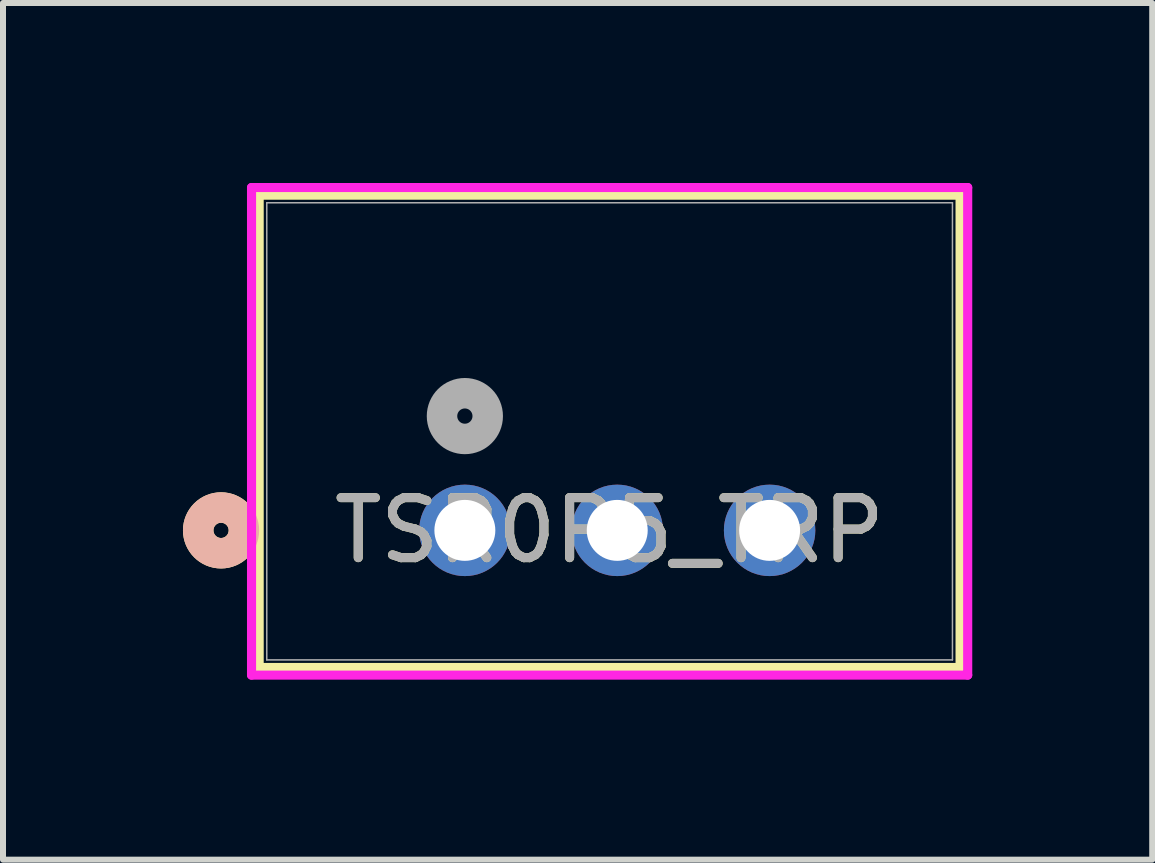
<source format=kicad_pcb>
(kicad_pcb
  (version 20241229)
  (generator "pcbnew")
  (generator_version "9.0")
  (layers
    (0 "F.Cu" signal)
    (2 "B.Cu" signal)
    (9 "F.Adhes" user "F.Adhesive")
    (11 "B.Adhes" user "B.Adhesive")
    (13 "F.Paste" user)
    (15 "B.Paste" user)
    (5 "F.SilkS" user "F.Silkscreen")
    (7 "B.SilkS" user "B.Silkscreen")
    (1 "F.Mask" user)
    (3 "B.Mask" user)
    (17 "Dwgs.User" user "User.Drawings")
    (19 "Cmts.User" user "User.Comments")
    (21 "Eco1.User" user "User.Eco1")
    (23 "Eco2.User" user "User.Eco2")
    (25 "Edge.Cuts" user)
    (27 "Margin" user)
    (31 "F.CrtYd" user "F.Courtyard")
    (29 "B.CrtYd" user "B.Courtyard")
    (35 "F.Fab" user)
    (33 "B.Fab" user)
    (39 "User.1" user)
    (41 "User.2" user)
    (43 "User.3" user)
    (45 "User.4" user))
  (footprint "TSR0P5_TRP"
    (layer "F.Cu")
    (at 4.699 5.791)
    (property "Reference" "TSR0P5_TRP" (at 2.413 0 0) (unlocked yes) (layer "F.SilkS") (effects (font (size 1 1) (thickness 0.15))))
    (attr through_hole)
    (fp_line (start -3.429 -5.588) (end -3.429 2.286) (stroke (width 0.152) (type solid)) (layer "F.SilkS"))
    (fp_line (start -3.429 2.286) (end 8.255 2.286) (stroke (width 0.152) (type solid)) (layer "F.SilkS"))
    (fp_line (start 8.255 -5.588) (end -3.429 -5.588) (stroke (width 0.152) (type solid)) (layer "F.SilkS"))
    (fp_line (start 8.255 2.286) (end 8.255 -5.588) (stroke (width 0.152) (type solid)) (layer "F.SilkS"))
    (fp_circle (center -4.064 0) (end -3.683 0) (stroke (width 0.508) (type solid)) (fill no) (layer "F.SilkS"))
    (fp_circle (center -4.064 0) (end -3.683 0) (stroke (width 0.508) (type solid)) (fill no) (layer "B.SilkS"))
    (fp_line (start -3.556 -5.715) (end -3.556 2.413) (stroke (width 0.152) (type solid)) (layer "F.CrtYd"))
    (fp_line (start -3.556 2.413) (end 8.382 2.413) (stroke (width 0.152) (type solid)) (layer "F.CrtYd"))
    (fp_line (start 8.382 -5.715) (end -3.556 -5.715) (stroke (width 0.152) (type solid)) (layer "F.CrtYd"))
    (fp_line (start 8.382 2.413) (end 8.382 -5.715) (stroke (width 0.152) (type solid)) (layer "F.CrtYd"))
    (fp_line (start -3.302 -5.461) (end -3.302 2.159) (stroke (width 0.025) (type solid)) (layer "F.Fab"))
    (fp_line (start -3.302 2.159) (end 8.128 2.159) (stroke (width 0.025) (type solid)) (layer "F.Fab"))
    (fp_line (start 8.128 -5.461) (end -3.302 -5.461) (stroke (width 0.025) (type solid)) (layer "F.Fab"))
    (fp_line (start 8.128 2.159) (end 8.128 -5.461) (stroke (width 0.025) (type solid)) (layer "F.Fab"))
    (fp_circle (center 0 -1.905) (end 0.381 -1.905) (stroke (width 0.508) (type solid)) (fill no) (layer "F.Fab"))
    (fp_text user "${REFERENCE}" (at 2.413 0 0) (unlocked yes) (layer "F.Fab") (effects (font (size 1 1) (thickness 0.15))))
    (pad "1" thru_hole circle (at 0 0) (size 1.524 1.524) (drill 1.016) (layers "*.Cu" "*.Mask"))
    (pad "2" thru_hole circle (at 2.54 0) (size 1.524 1.524) (drill 1.016) (layers "*.Cu" "*.Mask"))
    (pad "3" thru_hole circle (at 5.08 0) (size 1.524 1.524) (drill 1.016) (layers "*.Cu" "*.Mask")))
  (gr_rect
    (start -3 -3)
    (end 16.157 11.28)
    (stroke (width 0.1) (type default))
    (fill no)
    (layer "Edge.Cuts")))
</source>
